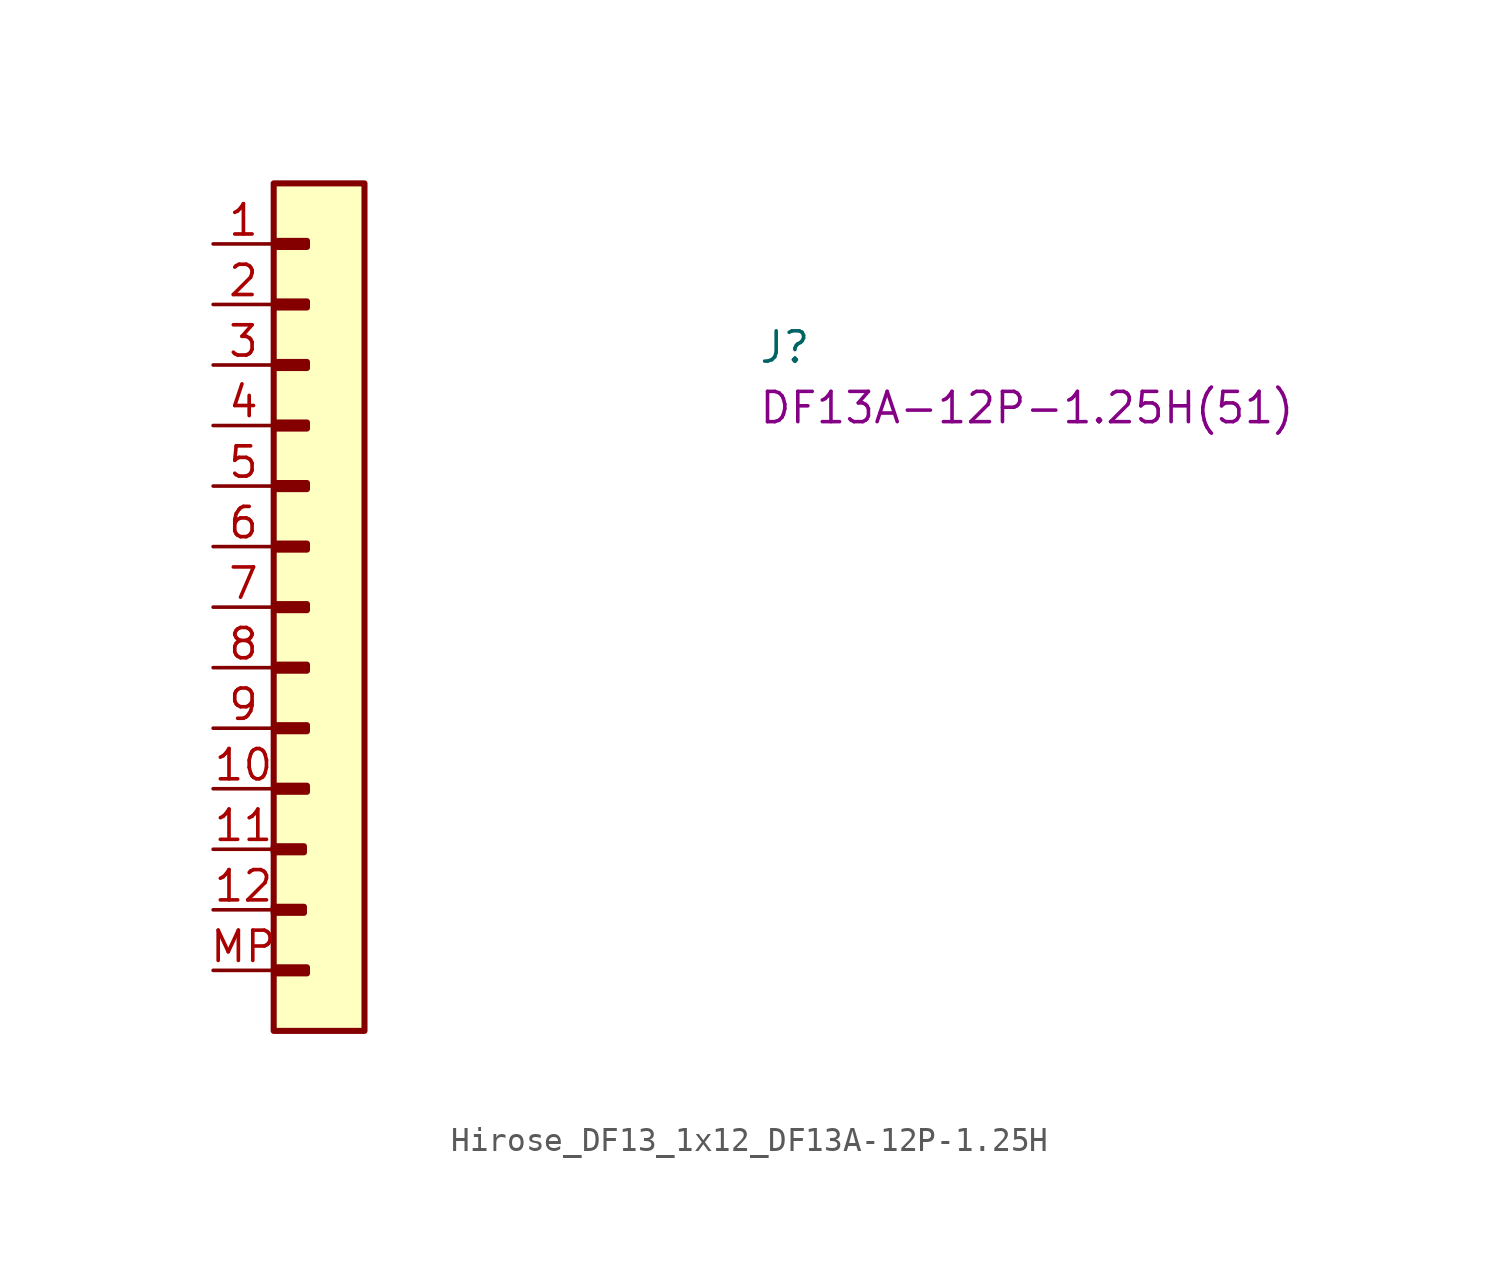
<source format=kicad_sym>
(kicad_symbol_lib
  (version 20220914)
  (generator kicad_symbol_editor)
  (symbol "Hirose_DF13_1x12_DF13A-12P-1.25H"
    (pin_names hide)
    (property "Reference" "J"
      (at 22.86 -5.08 0)
      (effects (font (size 1.27 1.27) (thickness 0.15)) (justify left bottom)))
    (property "MPN" "DF13A-12P-1.25H(51)"
      (at 22.86 -7.62 0)
      (effects (font (size 1.27 1.27) (thickness 0.15)) (justify left bottom)))
    (symbol "Hirose_DF13_1x12_DF13A-12P-1.25H_1_1"
      (rectangle (start 2.54 -27.813) (end 3.81 -28.067) (stroke (width 0.254) (type default)) (fill (type background)))
      (rectangle (start 2.54 -25.273) (end 3.81 -25.527) (stroke (width 0.254) (type default)) (fill (type background)))
      (rectangle (start 2.54 2.54) (end 6.35 -33.02) (stroke (width 0.254) (type default)) (fill (type background)))
      (rectangle (start 2.667 -30.353) (end 3.937 -30.607) (stroke (width 0.254) (type default)) (fill (type background)))
      (rectangle (start 2.667 -22.733) (end 3.937 -22.987) (stroke (width 0.254) (type default)) (fill (type background)))
      (rectangle (start 2.667 -20.193) (end 3.937 -20.447) (stroke (width 0.254) (type default)) (fill (type background)))
      (rectangle (start 2.667 -17.653) (end 3.937 -17.907) (stroke (width 0.254) (type default)) (fill (type background)))
      (rectangle (start 2.667 -15.113) (end 3.937 -15.367) (stroke (width 0.254) (type default)) (fill (type background)))
      (rectangle (start 2.667 -12.573) (end 3.937 -12.827) (stroke (width 0.254) (type default)) (fill (type background)))
      (rectangle (start 2.667 -10.033) (end 3.937 -10.287) (stroke (width 0.254) (type default)) (fill (type background)))
      (rectangle (start 2.667 -7.493) (end 3.937 -7.747) (stroke (width 0.254) (type default)) (fill (type background)))
      (rectangle (start 2.667 -4.953) (end 3.937 -5.207) (stroke (width 0.254) (type default)) (fill (type background)))
      (rectangle (start 2.667 -2.413) (end 3.937 -2.667) (stroke (width 0.254) (type default)) (fill (type background)))
      (rectangle (start 2.667 0.127) (end 3.937 -0.127) (stroke (width 0.254) (type default)) (fill (type background)))
      (pin passive line (at 0 0 0) (length 2.54) (name "1" (effects (font (size 1.27 1.27)))) (number "1" (effects (font (size 1.27 1.27)))))
      (pin passive line (at 0 -22.86 0) (length 2.54) (name "10" (effects (font (size 1.27 1.27)))) (number "10" (effects (font (size 1.27 1.27)))))
      (pin passive line (at 0 -25.4 0) (length 2.54) (name "11" (effects (font (size 1.27 1.27)))) (number "11" (effects (font (size 1.27 1.27)))))
      (pin passive line (at 0 -27.94 0) (length 2.54) (name "12" (effects (font (size 1.27 1.27)))) (number "12" (effects (font (size 1.27 1.27)))))
      (pin passive line (at 0 -2.54 0) (length 2.54) (name "2" (effects (font (size 1.27 1.27)))) (number "2" (effects (font (size 1.27 1.27)))))
      (pin passive line (at 0 -5.08 0) (length 2.54) (name "3" (effects (font (size 1.27 1.27)))) (number "3" (effects (font (size 1.27 1.27)))))
      (pin passive line (at 0 -7.62 0) (length 2.54) (name "4" (effects (font (size 1.27 1.27)))) (number "4" (effects (font (size 1.27 1.27)))))
      (pin passive line (at 0 -10.16 0) (length 2.54) (name "5" (effects (font (size 1.27 1.27)))) (number "5" (effects (font (size 1.27 1.27)))))
      (pin passive line (at 0 -12.7 0) (length 2.54) (name "6" (effects (font (size 1.27 1.27)))) (number "6" (effects (font (size 1.27 1.27)))))
      (pin passive line (at 0 -15.24 0) (length 2.54) (name "7" (effects (font (size 1.27 1.27)))) (number "7" (effects (font (size 1.27 1.27)))))
      (pin passive line (at 0 -17.78 0) (length 2.54) (name "8" (effects (font (size 1.27 1.27)))) (number "8" (effects (font (size 1.27 1.27)))))
      (pin passive line (at 0 -20.32 0) (length 2.54) (name "9" (effects (font (size 1.27 1.27)))) (number "9" (effects (font (size 1.27 1.27)))))
      (pin passive line (at 0 -30.48 0) (length 2.54) (name "MP" (effects (font (size 1.27 1.27)))) (number "MP" (effects (font (size 1.27 1.27))))))))
</source>
